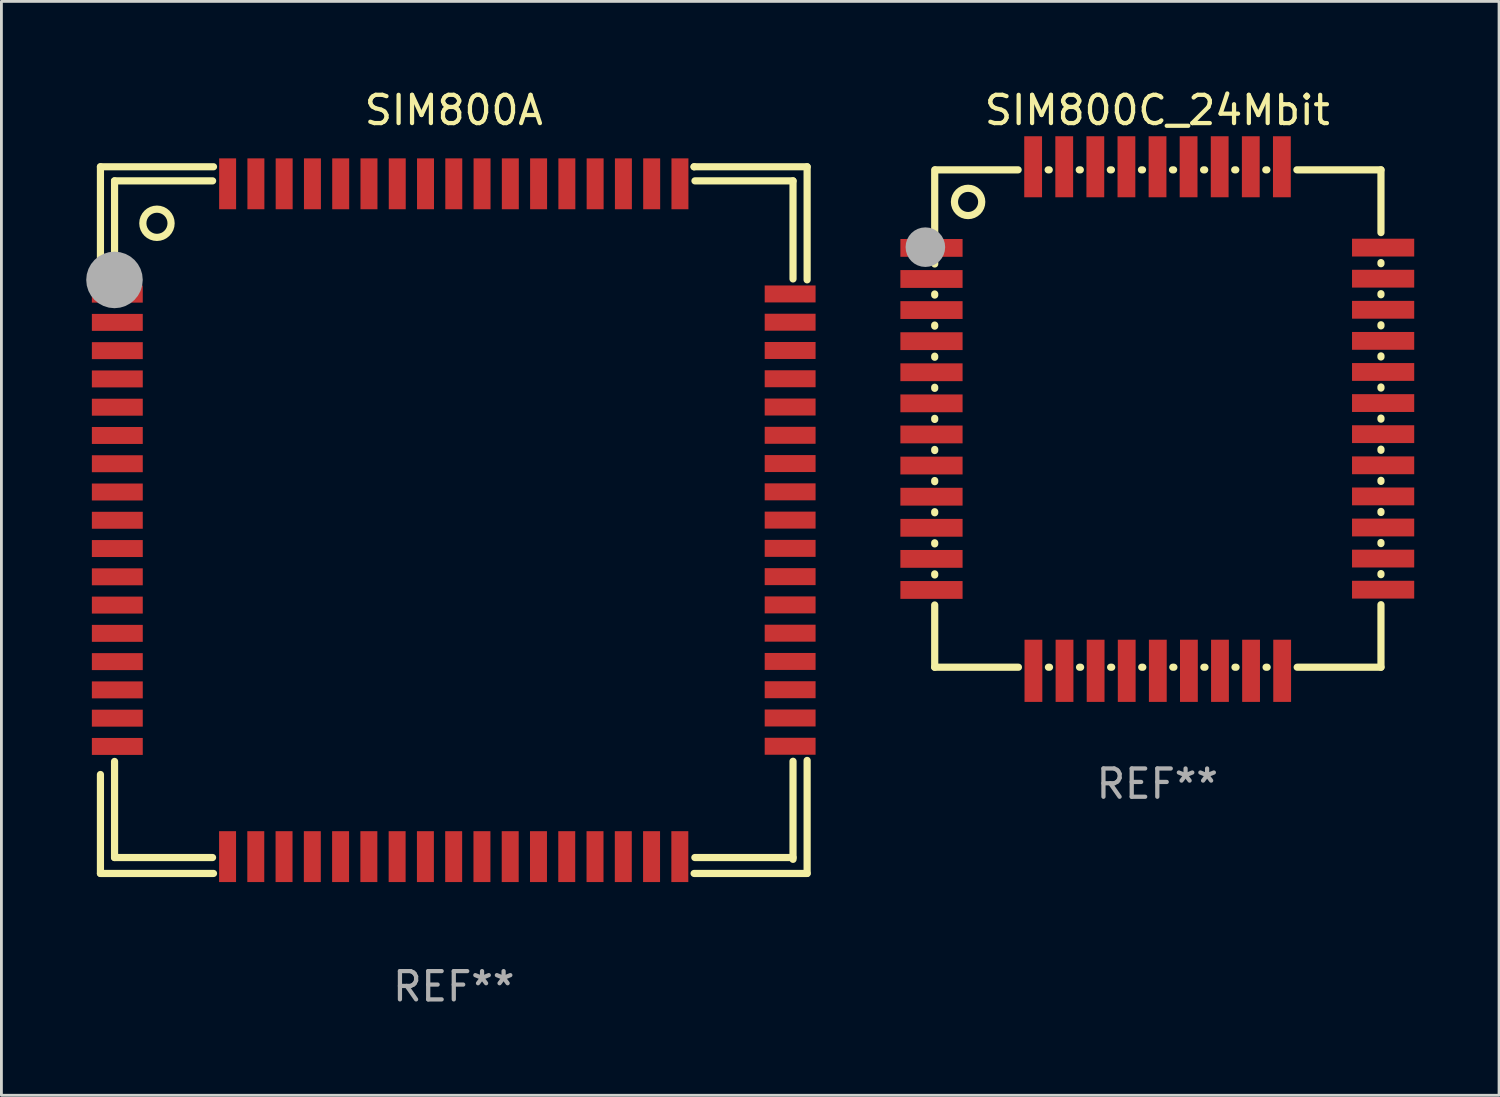
<source format=kicad_pcb>
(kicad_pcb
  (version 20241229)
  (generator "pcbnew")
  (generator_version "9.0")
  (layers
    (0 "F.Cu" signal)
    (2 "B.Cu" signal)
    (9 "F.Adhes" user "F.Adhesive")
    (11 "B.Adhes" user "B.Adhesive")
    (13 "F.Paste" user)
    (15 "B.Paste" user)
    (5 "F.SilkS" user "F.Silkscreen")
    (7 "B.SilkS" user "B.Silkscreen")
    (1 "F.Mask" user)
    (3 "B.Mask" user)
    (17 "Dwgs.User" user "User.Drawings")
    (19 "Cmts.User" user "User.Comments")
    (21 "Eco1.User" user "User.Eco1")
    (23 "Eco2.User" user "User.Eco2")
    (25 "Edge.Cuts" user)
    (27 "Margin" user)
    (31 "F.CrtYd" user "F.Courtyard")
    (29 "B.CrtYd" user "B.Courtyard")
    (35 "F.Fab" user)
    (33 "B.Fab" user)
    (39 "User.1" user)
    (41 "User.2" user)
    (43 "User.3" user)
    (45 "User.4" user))
  (footprint "SIM800C_24Mbit"
    (layer "F.Cu")
    (at 37.888 11.764)
    (property "Reference" "SIM800C_24Mbit" (at 0 -10.915 0) (layer "F.SilkS") (effects (font (size 1 1) (thickness 0.15))))
    (attr through_hole)
    (fp_line (start -7.874 -6.576) (end -7.874 -8.806) (stroke (width 0.254) (type solid)) (layer "F.SilkS"))
    (fp_line (start -7.874 -5.476) (end -7.874 -5.514) (stroke (width 0.254) (type solid)) (layer "F.SilkS"))
    (fp_line (start -7.874 -4.376) (end -7.874 -4.415) (stroke (width 0.254) (type solid)) (layer "F.SilkS"))
    (fp_line (start -7.874 -3.277) (end -7.874 -3.315) (stroke (width 0.254) (type solid)) (layer "F.SilkS"))
    (fp_line (start -7.874 -2.177) (end -7.874 -2.215) (stroke (width 0.254) (type solid)) (layer "F.SilkS"))
    (fp_line (start -7.874 -1.077) (end -7.874 -1.115) (stroke (width 0.254) (type solid)) (layer "F.SilkS"))
    (fp_line (start -7.874 0.023) (end -7.874 -0.015) (stroke (width 0.254) (type solid)) (layer "F.SilkS"))
    (fp_line (start -7.874 1.123) (end -7.874 1.085) (stroke (width 0.254) (type solid)) (layer "F.SilkS"))
    (fp_line (start -7.874 2.225) (end -7.874 2.184) (stroke (width 0.254) (type solid)) (layer "F.SilkS"))
    (fp_line (start -7.874 3.325) (end -7.874 3.287) (stroke (width 0.254) (type solid)) (layer "F.SilkS"))
    (fp_line (start -7.874 4.425) (end -7.874 4.387) (stroke (width 0.254) (type solid)) (layer "F.SilkS"))
    (fp_line (start -7.874 5.525) (end -7.874 5.486) (stroke (width 0.254) (type solid)) (layer "F.SilkS"))
    (fp_line (start -7.874 8.788) (end -7.874 6.586) (stroke (width 0.254) (type solid)) (layer "F.SilkS"))
    (fp_line (start -7.849 -8.806) (end -4.923 -8.806) (stroke (width 0.254) (type solid)) (layer "F.SilkS"))
    (fp_line (start -4.912 8.788) (end -7.874 8.788) (stroke (width 0.254) (type solid)) (layer "F.SilkS"))
    (fp_line (start -3.861 -8.806) (end -3.823 -8.806) (stroke (width 0.254) (type solid)) (layer "F.SilkS"))
    (fp_line (start -3.813 8.788) (end -3.851 8.788) (stroke (width 0.254) (type solid)) (layer "F.SilkS"))
    (fp_line (start -2.761 -8.806) (end -2.723 -8.806) (stroke (width 0.254) (type solid)) (layer "F.SilkS"))
    (fp_line (start -2.713 8.788) (end -2.751 8.788) (stroke (width 0.254) (type solid)) (layer "F.SilkS"))
    (fp_line (start -1.661 -8.806) (end -1.623 -8.806) (stroke (width 0.254) (type solid)) (layer "F.SilkS"))
    (fp_line (start -1.613 8.788) (end -1.651 8.788) (stroke (width 0.254) (type solid)) (layer "F.SilkS"))
    (fp_line (start -0.561 -8.806) (end -0.523 -8.806) (stroke (width 0.254) (type solid)) (layer "F.SilkS"))
    (fp_line (start -0.513 8.788) (end -0.551 8.788) (stroke (width 0.254) (type solid)) (layer "F.SilkS"))
    (fp_line (start 0.538 -8.806) (end 0.577 -8.806) (stroke (width 0.254) (type solid)) (layer "F.SilkS"))
    (fp_line (start 0.587 8.788) (end 0.549 8.788) (stroke (width 0.254) (type solid)) (layer "F.SilkS"))
    (fp_line (start 1.638 -8.806) (end 1.676 -8.806) (stroke (width 0.254) (type solid)) (layer "F.SilkS"))
    (fp_line (start 1.687 8.788) (end 1.648 8.788) (stroke (width 0.254) (type solid)) (layer "F.SilkS"))
    (fp_line (start 2.738 -8.806) (end 2.776 -8.806) (stroke (width 0.254) (type solid)) (layer "F.SilkS"))
    (fp_line (start 2.786 8.788) (end 2.748 8.788) (stroke (width 0.254) (type solid)) (layer "F.SilkS"))
    (fp_line (start 3.838 -8.806) (end 3.876 -8.806) (stroke (width 0.254) (type solid)) (layer "F.SilkS"))
    (fp_line (start 3.886 8.788) (end 3.848 8.788) (stroke (width 0.254) (type solid)) (layer "F.SilkS"))
    (fp_line (start 4.938 -8.806) (end 7.912 -8.806) (stroke (width 0.254) (type solid)) (layer "F.SilkS"))
    (fp_line (start 7.912 -8.806) (end 7.912 -6.586) (stroke (width 0.254) (type solid)) (layer "F.SilkS"))
    (fp_line (start 7.912 -5.525) (end 7.912 -5.486) (stroke (width 0.254) (type solid)) (layer "F.SilkS"))
    (fp_line (start 7.912 -4.425) (end 7.912 -4.387) (stroke (width 0.254) (type solid)) (layer "F.SilkS"))
    (fp_line (start 7.912 -3.325) (end 7.912 -3.287) (stroke (width 0.254) (type solid)) (layer "F.SilkS"))
    (fp_line (start 7.912 -2.225) (end 7.912 -2.187) (stroke (width 0.254) (type solid)) (layer "F.SilkS"))
    (fp_line (start 7.912 -1.125) (end 7.912 -1.087) (stroke (width 0.254) (type solid)) (layer "F.SilkS"))
    (fp_line (start 7.912 -0.025) (end 7.912 0.013) (stroke (width 0.254) (type solid)) (layer "F.SilkS"))
    (fp_line (start 7.912 1.074) (end 7.912 1.115) (stroke (width 0.254) (type solid)) (layer "F.SilkS"))
    (fp_line (start 7.912 2.177) (end 7.912 2.215) (stroke (width 0.254) (type solid)) (layer "F.SilkS"))
    (fp_line (start 7.912 3.277) (end 7.912 3.315) (stroke (width 0.254) (type solid)) (layer "F.SilkS"))
    (fp_line (start 7.912 4.376) (end 7.912 4.415) (stroke (width 0.254) (type solid)) (layer "F.SilkS"))
    (fp_line (start 7.912 5.476) (end 7.912 5.514) (stroke (width 0.254) (type solid)) (layer "F.SilkS"))
    (fp_line (start 7.912 6.576) (end 7.912 8.788) (stroke (width 0.254) (type solid)) (layer "F.SilkS"))
    (fp_line (start 7.912 8.788) (end 4.948 8.788) (stroke (width 0.254) (type solid)) (layer "F.SilkS"))
    (fp_circle (center -7.873 -8.8) (end -7.843 -8.8) (stroke (width 0.06) (type solid)) (fill no) (layer "F.SilkS"))
    (fp_circle (center -6.693 -7.671) (end -6.21 -7.671) (stroke (width 0.254) (type solid)) (fill no) (layer "F.SilkS"))
    (fp_circle (center -8.204 -6.071) (end -7.854 -6.071) (stroke (width 0.7) (type solid)) (fill no) (layer "F.Fab"))
    (fp_text user "REF**" (at 0 12.915 0) (layer "F.Fab") (effects (font (size 1 1) (thickness 0.15))))
    (pad "1" smd rect (at -7.988 -6.045) (size 2.2 0.63) (layers "F.Cu" "F.Mask" "F.Paste"))
    (pad "2" smd rect (at -7.988 -4.945) (size 2.2 0.63) (layers "F.Cu" "F.Mask" "F.Paste"))
    (pad "3" smd rect (at -7.988 -3.846) (size 2.2 0.63) (layers "F.Cu" "F.Mask" "F.Paste"))
    (pad "4" smd rect (at -7.988 -2.746) (size 2.2 0.63) (layers "F.Cu" "F.Mask" "F.Paste"))
    (pad "5" smd rect (at -7.988 -1.646) (size 2.2 0.63) (layers "F.Cu" "F.Mask" "F.Paste"))
    (pad "6" smd rect (at -7.988 -0.546) (size 2.2 0.63) (layers "F.Cu" "F.Mask" "F.Paste"))
    (pad "7" smd rect (at -7.988 0.554) (size 2.2 0.63) (layers "F.Cu" "F.Mask" "F.Paste"))
    (pad "8" smd rect (at -7.988 1.654) (size 2.2 0.63) (layers "F.Cu" "F.Mask" "F.Paste"))
    (pad "9" smd rect (at -7.988 2.756) (size 2.2 0.63) (layers "F.Cu" "F.Mask" "F.Paste"))
    (pad "10" smd rect (at -7.988 3.856) (size 2.2 0.63) (layers "F.Cu" "F.Mask" "F.Paste"))
    (pad "11" smd rect (at -7.988 4.956) (size 2.2 0.63) (layers "F.Cu" "F.Mask" "F.Paste"))
    (pad "12" smd rect (at -7.988 6.055) (size 2.2 0.63) (layers "F.Cu" "F.Mask" "F.Paste"))
    (pad "13" smd rect (at -4.382 8.915) (size 0.63 2.2) (layers "F.Cu" "F.Mask" "F.Paste"))
    (pad "14" smd rect (at -3.282 8.915) (size 0.63 2.2) (layers "F.Cu" "F.Mask" "F.Paste"))
    (pad "15" smd rect (at -2.182 8.915) (size 0.63 2.2) (layers "F.Cu" "F.Mask" "F.Paste"))
    (pad "16" smd rect (at -1.082 8.915) (size 0.63 2.2) (layers "F.Cu" "F.Mask" "F.Paste"))
    (pad "17" smd rect (at 0.018 8.915) (size 0.63 2.2) (layers "F.Cu" "F.Mask" "F.Paste"))
    (pad "18" smd rect (at 1.118 8.915) (size 0.63 2.2) (layers "F.Cu" "F.Mask" "F.Paste"))
    (pad "19" smd rect (at 2.217 8.915) (size 0.63 2.2) (layers "F.Cu" "F.Mask" "F.Paste"))
    (pad "20" smd rect (at 3.317 8.915) (size 0.63 2.2) (layers "F.Cu" "F.Mask" "F.Paste"))
    (pad "21" smd rect (at 4.417 8.915) (size 0.63 2.2) (layers "F.Cu" "F.Mask" "F.Paste"))
    (pad "22" smd rect (at 7.988 6.045) (size 2.2 0.63) (layers "F.Cu" "F.Mask" "F.Paste"))
    (pad "23" smd rect (at 7.988 4.945) (size 2.2 0.63) (layers "F.Cu" "F.Mask" "F.Paste"))
    (pad "24" smd rect (at 7.988 3.846) (size 2.2 0.63) (layers "F.Cu" "F.Mask" "F.Paste"))
    (pad "25" smd rect (at 7.988 2.746) (size 2.2 0.63) (layers "F.Cu" "F.Mask" "F.Paste"))
    (pad "26" smd rect (at 7.988 1.646) (size 2.2 0.63) (layers "F.Cu" "F.Mask" "F.Paste"))
    (pad "27" smd rect (at 7.988 0.544) (size 2.2 0.63) (layers "F.Cu" "F.Mask" "F.Paste"))
    (pad "28" smd rect (at 7.988 -0.556) (size 2.2 0.63) (layers "F.Cu" "F.Mask" "F.Paste"))
    (pad "29" smd rect (at 7.988 -1.656) (size 2.2 0.63) (layers "F.Cu" "F.Mask" "F.Paste"))
    (pad "30" smd rect (at 7.988 -2.756) (size 2.2 0.63) (layers "F.Cu" "F.Mask" "F.Paste"))
    (pad "31" smd rect (at 7.988 -3.856) (size 2.2 0.63) (layers "F.Cu" "F.Mask" "F.Paste"))
    (pad "32" smd rect (at 7.988 -4.956) (size 2.2 0.63) (layers "F.Cu" "F.Mask" "F.Paste"))
    (pad "33" smd rect (at 7.988 -6.055) (size 2.2 0.63) (layers "F.Cu" "F.Mask" "F.Paste"))
    (pad "34" smd rect (at 4.407 -8.915) (size 0.63 2.159) (layers "F.Cu" "F.Mask" "F.Paste"))
    (pad "35" smd rect (at 3.307 -8.915) (size 0.63 2.159) (layers "F.Cu" "F.Mask" "F.Paste"))
    (pad "36" smd rect (at 2.207 -8.915) (size 0.63 2.159) (layers "F.Cu" "F.Mask" "F.Paste"))
    (pad "37" smd rect (at 1.107 -8.915) (size 0.63 2.159) (layers "F.Cu" "F.Mask" "F.Paste"))
    (pad "38" smd rect (at 0.008 -8.915) (size 0.63 2.159) (layers "F.Cu" "F.Mask" "F.Paste"))
    (pad "39" smd rect (at -1.092 -8.915) (size 0.63 2.159) (layers "F.Cu" "F.Mask" "F.Paste"))
    (pad "40" smd rect (at -2.192 -8.915) (size 0.63 2.159) (layers "F.Cu" "F.Mask" "F.Paste"))
    (pad "41" smd rect (at -3.292 -8.915) (size 0.63 2.159) (layers "F.Cu" "F.Mask" "F.Paste"))
    (pad "42" smd rect (at -4.392 -8.915) (size 0.63 2.159) (layers "F.Cu" "F.Mask" "F.Paste")))
  (footprint "SIM800A"
    (layer "F.Cu")
    (at 13.002 15.348)
    (property "Reference" "SIM800A" (at 0 -14.499 0) (layer "F.SilkS") (effects (font (size 1 1) (thickness 0.15))))
    (attr through_hole)
    (fp_line (start -12.499 -12.499) (end -8.499 -12.499) (stroke (width 0.254) (type solid)) (layer "F.SilkS"))
    (fp_line (start -12.499 -8.499) (end -12.499 -12.499) (stroke (width 0.254) (type solid)) (layer "F.SilkS"))
    (fp_line (start -12.499 12.499) (end -12.499 8.999) (stroke (width 0.254) (type solid)) (layer "F.SilkS"))
    (fp_line (start -12 -12) (end -8.531 -12) (stroke (width 0.254) (type solid)) (layer "F.SilkS"))
    (fp_line (start -12 -8.524) (end -12 -12) (stroke (width 0.254) (type solid)) (layer "F.SilkS"))
    (fp_line (start -12 11.936) (end -12 8.537) (stroke (width 0.254) (type solid)) (layer "F.SilkS"))
    (fp_line (start -8.533 11.936) (end -12 11.936) (stroke (width 0.254) (type solid)) (layer "F.SilkS"))
    (fp_line (start -8.499 12.499) (end -12.499 12.499) (stroke (width 0.254) (type solid)) (layer "F.SilkS"))
    (fp_line (start 8.499 -12.497) (end 8.501 -12.499) (stroke (width 0.254) (type solid)) (layer "F.SilkS"))
    (fp_line (start 8.501 -12.499) (end 12.499 -12.499) (stroke (width 0.254) (type solid)) (layer "F.SilkS"))
    (fp_line (start 8.531 -12) (end 12 -12) (stroke (width 0.254) (type solid)) (layer "F.SilkS"))
    (fp_line (start 12 -12) (end 12 -8.531) (stroke (width 0.254) (type solid)) (layer "F.SilkS"))
    (fp_line (start 12 8.531) (end 12 12) (stroke (width 0.254) (type solid)) (layer "F.SilkS"))
    (fp_line (start 12 11.936) (end 8.527 11.936) (stroke (width 0.254) (type solid)) (layer "F.SilkS"))
    (fp_line (start 12.499 -12.499) (end 12.499 -8.499) (stroke (width 0.254) (type solid)) (layer "F.SilkS"))
    (fp_line (start 12.499 8.501) (end 12.499 12.499) (stroke (width 0.254) (type solid)) (layer "F.SilkS"))
    (fp_line (start 12.499 12.499) (end 8.501 12.499) (stroke (width 0.254) (type solid)) (layer "F.SilkS"))
    (fp_circle (center -12.002 -11.996) (end -11.972 -11.996) (stroke (width 0.06) (type solid)) (fill no) (layer "F.SilkS"))
    (fp_circle (center -10.5 -10.5) (end -10 -10.5) (stroke (width 0.254) (type solid)) (fill no) (layer "F.SilkS"))
    (fp_circle (center -12.002 -8.496) (end -11.502 -8.496) (stroke (width 1) (type solid)) (fill no) (layer "F.Fab"))
    (fp_text user "REF**" (at 0 16.499 0) (layer "F.Fab") (effects (font (size 1 1) (thickness 0.15))))
    (pad "1" smd rect (at -11.902 -7.993 90) (size 0.6 1.8) (layers "F.Cu" "F.Mask" "F.Paste"))
    (pad "2" smd rect (at -11.902 -6.994 90) (size 0.6 1.8) (layers "F.Cu" "F.Mask" "F.Paste"))
    (pad "3" smd rect (at -11.902 -5.994 90) (size 0.6 1.8) (layers "F.Cu" "F.Mask" "F.Paste"))
    (pad "4" smd rect (at -11.902 -4.994 90) (size 0.6 1.8) (layers "F.Cu" "F.Mask" "F.Paste"))
    (pad "5" smd rect (at -11.902 -3.994 90) (size 0.6 1.8) (layers "F.Cu" "F.Mask" "F.Paste"))
    (pad "6" smd rect (at -11.902 -2.994 90) (size 0.6 1.8) (layers "F.Cu" "F.Mask" "F.Paste"))
    (pad "7" smd rect (at -11.902 -1.994 90) (size 0.6 1.8) (layers "F.Cu" "F.Mask" "F.Paste"))
    (pad "8" smd rect (at -11.902 -0.994 90) (size 0.6 1.8) (layers "F.Cu" "F.Mask" "F.Paste"))
    (pad "9" smd rect (at -11.902 0.006 90) (size 0.6 1.8) (layers "F.Cu" "F.Mask" "F.Paste"))
    (pad "10" smd rect (at -11.902 1.006 90) (size 0.6 1.8) (layers "F.Cu" "F.Mask" "F.Paste"))
    (pad "11" smd rect (at -11.902 2.006 90) (size 0.6 1.8) (layers "F.Cu" "F.Mask" "F.Paste"))
    (pad "12" smd rect (at -11.902 3.006 90) (size 0.6 1.8) (layers "F.Cu" "F.Mask" "F.Paste"))
    (pad "13" smd rect (at -11.902 4.006 90) (size 0.6 1.8) (layers "F.Cu" "F.Mask" "F.Paste"))
    (pad "14" smd rect (at -11.902 5.006 90) (size 0.6 1.8) (layers "F.Cu" "F.Mask" "F.Paste"))
    (pad "15" smd rect (at -11.902 6.006 90) (size 0.6 1.8) (layers "F.Cu" "F.Mask" "F.Paste"))
    (pad "16" smd rect (at -11.902 7.006 90) (size 0.6 1.8) (layers "F.Cu" "F.Mask" "F.Paste"))
    (pad "17" smd rect (at -11.902 8.006 90) (size 0.6 1.8) (layers "F.Cu" "F.Mask" "F.Paste"))
    (pad "18" smd rect (at -8.002 11.904) (size 0.6 1.8) (layers "F.Cu" "F.Mask" "F.Paste"))
    (pad "19" smd rect (at -7.004 11.904) (size 0.6 1.8) (layers "F.Cu" "F.Mask" "F.Paste"))
    (pad "20" smd rect (at -6.004 11.904) (size 0.6 1.8) (layers "F.Cu" "F.Mask" "F.Paste"))
    (pad "21" smd rect (at -5.004 11.904) (size 0.6 1.8) (layers "F.Cu" "F.Mask" "F.Paste"))
    (pad "22" smd rect (at -4.004 11.904) (size 0.6 1.8) (layers "F.Cu" "F.Mask" "F.Paste"))
    (pad "23" smd rect (at -3.004 11.904) (size 0.6 1.8) (layers "F.Cu" "F.Mask" "F.Paste"))
    (pad "24" smd rect (at -2.004 11.904) (size 0.6 1.8) (layers "F.Cu" "F.Mask" "F.Paste"))
    (pad "25" smd rect (at -1.004 11.904) (size 0.6 1.8) (layers "F.Cu" "F.Mask" "F.Paste"))
    (pad "26" smd rect (at -0.004 11.904) (size 0.6 1.8) (layers "F.Cu" "F.Mask" "F.Paste"))
    (pad "27" smd rect (at 0.996 11.904) (size 0.6 1.8) (layers "F.Cu" "F.Mask" "F.Paste"))
    (pad "28" smd rect (at 1.996 11.904) (size 0.6 1.8) (layers "F.Cu" "F.Mask" "F.Paste"))
    (pad "29" smd rect (at 2.996 11.904) (size 0.6 1.8) (layers "F.Cu" "F.Mask" "F.Paste"))
    (pad "30" smd rect (at 3.996 11.904) (size 0.6 1.8) (layers "F.Cu" "F.Mask" "F.Paste"))
    (pad "31" smd rect (at 4.996 11.904) (size 0.6 1.8) (layers "F.Cu" "F.Mask" "F.Paste"))
    (pad "32" smd rect (at 5.996 11.904) (size 0.6 1.8) (layers "F.Cu" "F.Mask" "F.Paste"))
    (pad "33" smd rect (at 6.996 11.904) (size 0.6 1.8) (layers "F.Cu" "F.Mask" "F.Paste"))
    (pad "34" smd rect (at 7.996 11.904) (size 0.6 1.8) (layers "F.Cu" "F.Mask" "F.Paste"))
    (pad "35" smd rect (at 11.898 8 270) (size 0.6 1.8) (layers "F.Cu" "F.Mask" "F.Paste"))
    (pad "36" smd rect (at 11.898 7 270) (size 0.6 1.8) (layers "F.Cu" "F.Mask" "F.Paste"))
    (pad "37" smd rect (at 11.898 6 270) (size 0.6 1.8) (layers "F.Cu" "F.Mask" "F.Paste"))
    (pad "38" smd rect (at 11.898 5 270) (size 0.6 1.8) (layers "F.Cu" "F.Mask" "F.Paste"))
    (pad "39" smd rect (at 11.898 4 270) (size 0.6 1.8) (layers "F.Cu" "F.Mask" "F.Paste"))
    (pad "40" smd rect (at 11.898 3 270) (size 0.6 1.8) (layers "F.Cu" "F.Mask" "F.Paste"))
    (pad "41" smd rect (at 11.898 2 270) (size 0.6 1.8) (layers "F.Cu" "F.Mask" "F.Paste"))
    (pad "42" smd rect (at 11.898 1 270) (size 0.6 1.8) (layers "F.Cu" "F.Mask" "F.Paste"))
    (pad "43" smd rect (at 11.898 0 270) (size 0.6 1.8) (layers "F.Cu" "F.Mask" "F.Paste"))
    (pad "44" smd rect (at 11.898 -1 270) (size 0.6 1.8) (layers "F.Cu" "F.Mask" "F.Paste"))
    (pad "45" smd rect (at 11.898 -2 270) (size 0.6 1.8) (layers "F.Cu" "F.Mask" "F.Paste"))
    (pad "46" smd rect (at 11.898 -3 270) (size 0.6 1.8) (layers "F.Cu" "F.Mask" "F.Paste"))
    (pad "47" smd rect (at 11.898 -4 270) (size 0.6 1.8) (layers "F.Cu" "F.Mask" "F.Paste"))
    (pad "48" smd rect (at 11.898 -5 270) (size 0.6 1.8) (layers "F.Cu" "F.Mask" "F.Paste"))
    (pad "49" smd rect (at 11.898 -6 270) (size 0.6 1.8) (layers "F.Cu" "F.Mask" "F.Paste"))
    (pad "50" smd rect (at 11.898 -7 270) (size 0.6 1.8) (layers "F.Cu" "F.Mask" "F.Paste"))
    (pad "51" smd rect (at 11.898 -8 270) (size 0.6 1.8) (layers "F.Cu" "F.Mask" "F.Paste"))
    (pad "52" smd rect (at 8 -11.896) (size 0.6 1.8) (layers "F.Cu" "F.Mask" "F.Paste"))
    (pad "53" smd rect (at 7 -11.896) (size 0.6 1.8) (layers "F.Cu" "F.Mask" "F.Paste"))
    (pad "54" smd rect (at 6 -11.896) (size 0.6 1.8) (layers "F.Cu" "F.Mask" "F.Paste"))
    (pad "55" smd rect (at 5 -11.896) (size 0.6 1.8) (layers "F.Cu" "F.Mask" "F.Paste"))
    (pad "56" smd rect (at 4 -11.896) (size 0.6 1.8) (layers "F.Cu" "F.Mask" "F.Paste"))
    (pad "57" smd rect (at 3 -11.896) (size 0.6 1.8) (layers "F.Cu" "F.Mask" "F.Paste"))
    (pad "58" smd rect (at 2 -11.896) (size 0.6 1.8) (layers "F.Cu" "F.Mask" "F.Paste"))
    (pad "59" smd rect (at 1 -11.896) (size 0.6 1.8) (layers "F.Cu" "F.Mask" "F.Paste"))
    (pad "60" smd rect (at 0 -11.896) (size 0.6 1.8) (layers "F.Cu" "F.Mask" "F.Paste"))
    (pad "61" smd rect (at -1 -11.896) (size 0.6 1.8) (layers "F.Cu" "F.Mask" "F.Paste"))
    (pad "62" smd rect (at -2 -11.896) (size 0.6 1.8) (layers "F.Cu" "F.Mask" "F.Paste"))
    (pad "63" smd rect (at -3 -11.896) (size 0.6 1.8) (layers "F.Cu" "F.Mask" "F.Paste"))
    (pad "64" smd rect (at -4 -11.896) (size 0.6 1.8) (layers "F.Cu" "F.Mask" "F.Paste"))
    (pad "65" smd rect (at -5 -11.896) (size 0.6 1.8) (layers "F.Cu" "F.Mask" "F.Paste"))
    (pad "66" smd rect (at -6 -11.896) (size 0.6 1.8) (layers "F.Cu" "F.Mask" "F.Paste"))
    (pad "67" smd rect (at -7 -11.896) (size 0.6 1.8) (layers "F.Cu" "F.Mask" "F.Paste"))
    (pad "68" smd rect (at -8 -11.896) (size 0.6 1.8) (layers "F.Cu" "F.Mask" "F.Paste")))
  (gr_rect
    (start -3 -3)
    (end 49.977 35.695)
    (stroke (width 0.1) (type default))
    (fill no)
    (layer "Edge.Cuts")))
</source>
